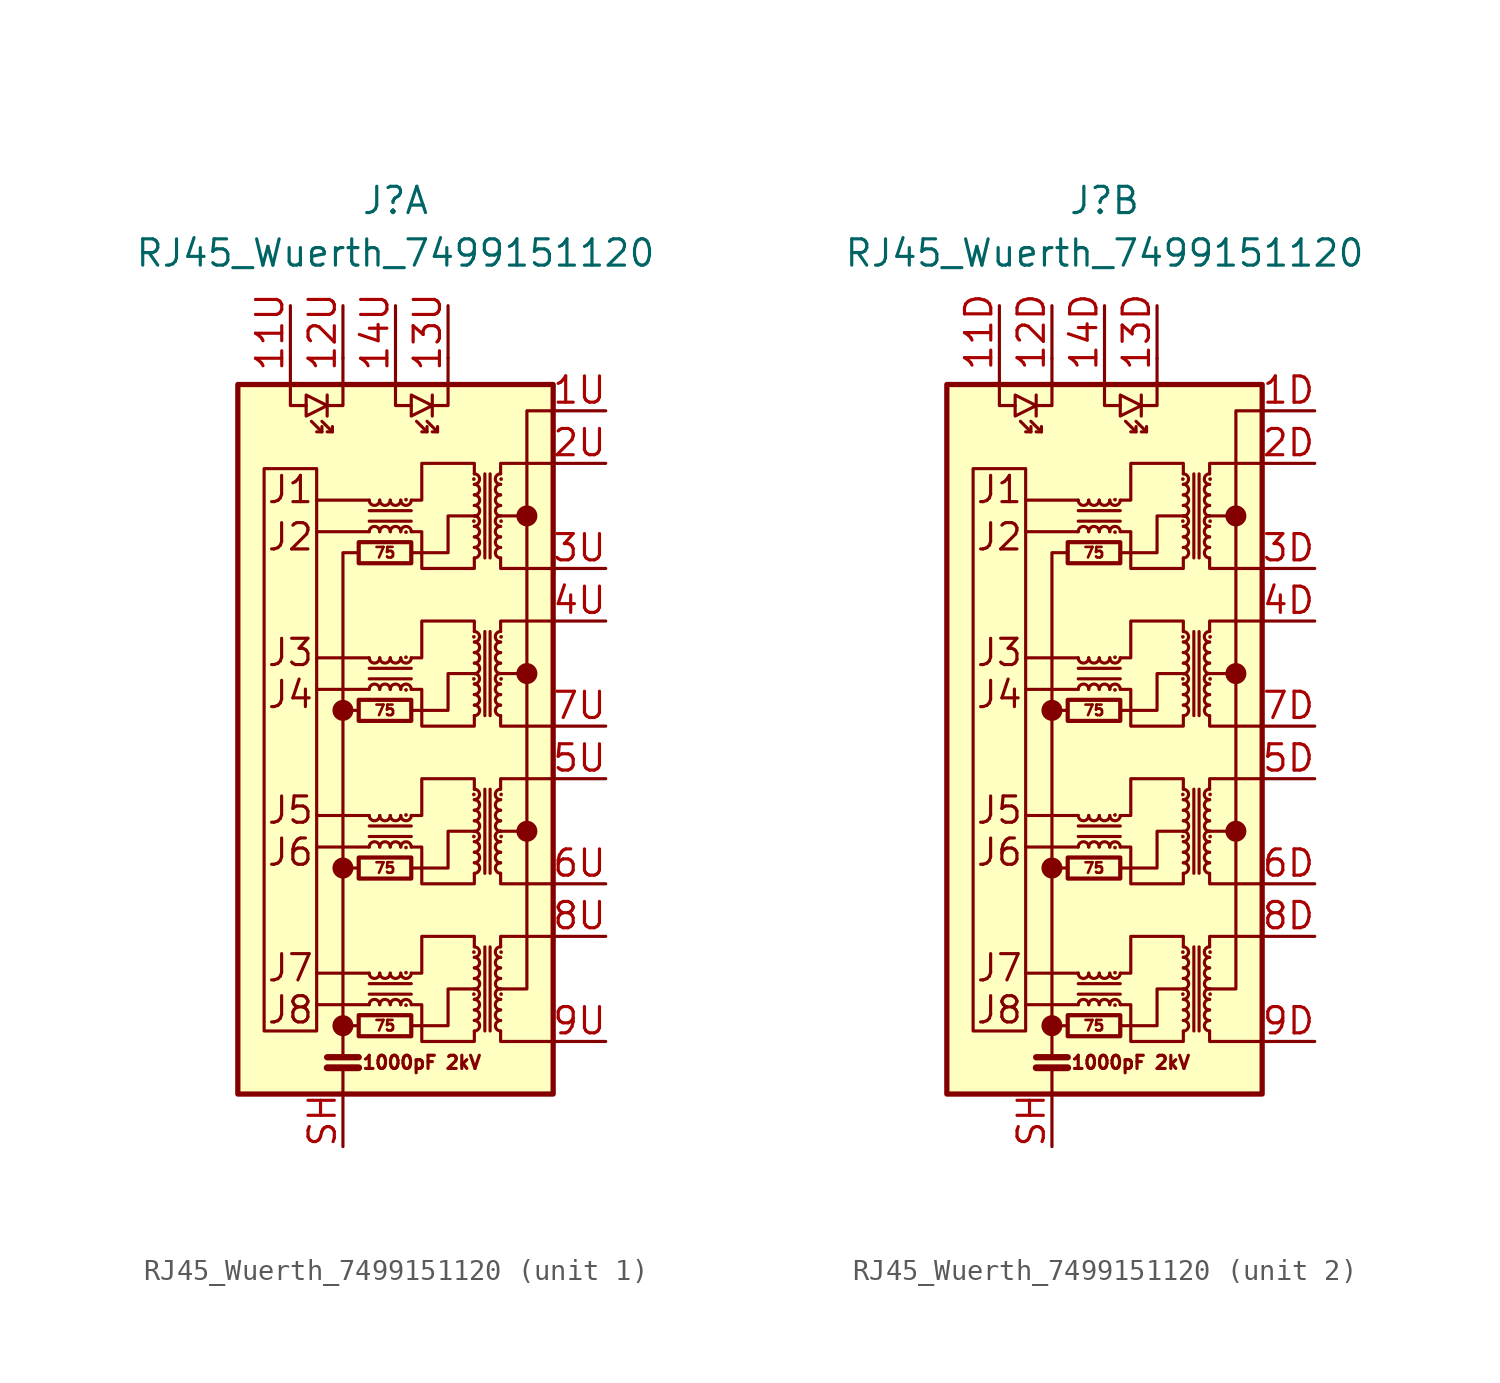
<source format=kicad_sym>
(kicad_symbol_lib
  (version 20220914)
  (generator kicad_symbol_editor)
  (symbol "RJ45_Wuerth_7499151120"
    (pin_names
      (offset 0.025) hide)
    (property "Reference" "J"
      (at 0 25.4 0)
      (effects (font (size 1.27 1.27))))
    (property "Value" "RJ45_Wuerth_7499151120"
      (at 0 22.86 0)
      (effects (font (size 1.27 1.27))))
    (property "ki_locked" ""
      (at 0 0 0)
      (effects (font (size 1.27 1.27))))
    (symbol "RJ45_Wuerth_7499151120_0_0"
      (circle (center -2.54 -14.478) (radius 0.0001) (stroke (width 0.508) (type default)) (fill (type none)))
      (circle (center -2.54 -6.858) (radius 0.0001) (stroke (width 0.508) (type default)) (fill (type none)))
      (circle (center -2.54 0.762) (radius 0.0001) (stroke (width 0.508) (type default)) (fill (type none)))
      (polyline (pts (xy -1.778 -14.478) (xy -2.54 -14.478)) (stroke (width 0) (type default)) (fill (type none)))
      (polyline (pts (xy -1.27 -13.462) (xy -3.81 -13.462)) (stroke (width 0) (type default)) (fill (type none)))
      (polyline (pts (xy -1.27 -11.938) (xy -3.81 -11.938)) (stroke (width 0) (type default)) (fill (type none)))
      (polyline (pts (xy -1.27 -5.842) (xy -3.81 -5.842)) (stroke (width 0) (type default)) (fill (type none)))
      (polyline (pts (xy -1.27 -4.318) (xy -3.81 -4.318)) (stroke (width 0) (type default)) (fill (type none)))
      (polyline (pts (xy -1.27 1.778) (xy -3.81 1.778)) (stroke (width 0) (type default)) (fill (type none)))
      (polyline (pts (xy -1.27 3.302) (xy -3.81 3.302)) (stroke (width 0) (type default)) (fill (type none)))
      (polyline (pts (xy -1.27 9.398) (xy -3.81 9.398)) (stroke (width 0) (type default)) (fill (type none)))
      (polyline (pts (xy -1.27 10.922) (xy -3.81 10.922)) (stroke (width 0) (type default)) (fill (type none)))
      (polyline (pts (xy 5.08 2.54) (xy 6.35 2.54)) (stroke (width 0) (type default)) (fill (type none)))
      (polyline (pts (xy 6.35 -5.08) (xy 5.08 -5.08)) (stroke (width 0) (type default)) (fill (type none)))
      (polyline (pts (xy 6.35 10.16) (xy 5.08 10.16)) (stroke (width 0) (type default)) (fill (type none)))
      (polyline (pts (xy 0.762 -14.478) (xy 2.54 -14.478) (xy 2.54 -12.7) (xy 3.81 -12.7)) (stroke (width 0) (type default)) (fill (type none)))
      (polyline (pts (xy 0.762 -6.858) (xy 2.54 -6.858) (xy 2.54 -5.08) (xy 3.81 -5.08)) (stroke (width 0) (type default)) (fill (type none)))
      (polyline (pts (xy 0.762 0.762) (xy 2.54 0.762) (xy 2.54 2.54) (xy 3.81 2.54)) (stroke (width 0) (type default)) (fill (type none)))
      (polyline (pts (xy 0.762 8.382) (xy 2.54 8.382) (xy 2.54 10.16) (xy 3.81 10.16)) (stroke (width 0) (type default)) (fill (type none)))
      (circle (center 6.35 -5.08) (radius 0.0001) (stroke (width 0.508) (type default)) (fill (type none)))
      (circle (center 6.35 2.54) (radius 0.0001) (stroke (width 0.508) (type default)) (fill (type none)))
      (circle (center 6.35 10.16) (radius 0.0001) (stroke (width 0.508) (type default)) (fill (type none)))
      (text "1000pF 2kV" (at 1.27 -16.256 0) (effects (font (size 0.635 0.635))))
      (text "75" (at -0.508 -14.478 0) (effects (font (size 0.508 0.508))))
      (text "75" (at -0.508 -6.858 0) (effects (font (size 0.508 0.508))))
      (text "75" (at -0.508 0.762 0) (effects (font (size 0.508 0.508))))
      (text "75" (at -0.508 8.382 0) (effects (font (size 0.508 0.508))))
      (text "J1" (at -5.08 11.43 0) (effects (font (size 1.27 1.27))))
      (text "J2" (at -5.08 9.144 0) (effects (font (size 1.27 1.27))))
      (text "J3" (at -5.08 3.556 0) (effects (font (size 1.27 1.27))))
      (text "J4" (at -5.08 1.524 0) (effects (font (size 1.27 1.27))))
      (text "J5" (at -5.08 -4.064 0) (effects (font (size 1.27 1.27))))
      (text "J6" (at -5.08 -6.096 0) (effects (font (size 1.27 1.27))))
      (text "J7" (at -5.08 -11.684 0) (effects (font (size 1.27 1.27))))
      (text "J8" (at -5.08 -13.716 0) (effects (font (size 1.27 1.27)))))
    (symbol "RJ45_Wuerth_7499151120_0_1"
      (rectangle (start -7.62 16.51) (end 7.62 -17.78) (stroke (width 0.254) (type default)) (fill (type background)))
      (rectangle (start -3.81 -14.732) (end -6.35 12.446) (stroke (width 0) (type default)) (fill (type none)))
      (rectangle (start -1.778 -14.986) (end 0.762 -13.97) (stroke (width 0.203) (type default)) (fill (type none)))
      (rectangle (start -1.778 -7.366) (end 0.762 -6.35) (stroke (width 0.203) (type default)) (fill (type none)))
      (rectangle (start -1.778 0.254) (end 0.762 1.27) (stroke (width 0.203) (type default)) (fill (type none)))
      (rectangle (start -1.778 7.874) (end 0.762 8.89) (stroke (width 0.203) (type default)) (fill (type none)))
      (arc (start -1.27 -11.938) (mid -1.016 -12.1909) (end -0.762 -11.938) (stroke (width 0) (type default)) (fill (type none)))
      (arc (start -1.27 -4.318) (mid -1.016 -4.5709) (end -0.762 -4.318) (stroke (width 0) (type default)) (fill (type none)))
      (arc (start -1.27 3.302) (mid -1.016 3.0491) (end -0.762 3.302) (stroke (width 0) (type default)) (fill (type none)))
      (arc (start -1.27 10.922) (mid -1.016 10.6691) (end -0.762 10.922) (stroke (width 0) (type default)) (fill (type none)))
      (arc (start -0.762 -13.462) (mid -1.016 -13.2091) (end -1.27 -13.462) (stroke (width 0) (type default)) (fill (type none)))
      (arc (start -0.762 -11.938) (mid -0.508 -12.1909) (end -0.254 -11.938) (stroke (width 0) (type default)) (fill (type none)))
      (arc (start -0.762 -5.842) (mid -1.016 -5.5891) (end -1.27 -5.842) (stroke (width 0) (type default)) (fill (type none)))
      (arc (start -0.762 -4.318) (mid -0.508 -4.5709) (end -0.254 -4.318) (stroke (width 0) (type default)) (fill (type none)))
      (arc (start -0.762 1.778) (mid -1.016 2.0309) (end -1.27 1.778) (stroke (width 0) (type default)) (fill (type none)))
      (arc (start -0.762 3.302) (mid -0.508 3.0491) (end -0.254 3.302) (stroke (width 0) (type default)) (fill (type none)))
      (arc (start -0.762 9.398) (mid -1.016 9.6509) (end -1.27 9.398) (stroke (width 0) (type default)) (fill (type none)))
      (arc (start -0.762 10.922) (mid -0.508 10.6691) (end -0.254 10.922) (stroke (width 0) (type default)) (fill (type none)))
      (arc (start -0.254 -13.462) (mid -0.508 -13.2091) (end -0.762 -13.462) (stroke (width 0) (type default)) (fill (type none)))
      (arc (start -0.254 -11.938) (mid 0 -12.1909) (end 0.254 -11.938) (stroke (width 0) (type default)) (fill (type none)))
      (arc (start -0.254 -5.842) (mid -0.508 -5.5891) (end -0.762 -5.842) (stroke (width 0) (type default)) (fill (type none)))
      (arc (start -0.254 -4.318) (mid 0 -4.5709) (end 0.254 -4.318) (stroke (width 0) (type default)) (fill (type none)))
      (arc (start -0.254 1.778) (mid -0.508 2.0309) (end -0.762 1.778) (stroke (width 0) (type default)) (fill (type none)))
      (arc (start -0.254 3.302) (mid 0 3.0491) (end 0.254 3.302) (stroke (width 0) (type default)) (fill (type none)))
      (arc (start -0.254 9.398) (mid -0.508 9.6509) (end -0.762 9.398) (stroke (width 0) (type default)) (fill (type none)))
      (arc (start -0.254 10.922) (mid 0 10.6691) (end 0.254 10.922) (stroke (width 0) (type default)) (fill (type none)))
      (polyline (pts (xy -3.556 14.224) (xy -4.064 14.732)) (stroke (width 0) (type default)) (fill (type none)))
      (polyline (pts (xy -3.302 -16.51) (xy -1.778 -16.51)) (stroke (width 0.33) (type default)) (fill (type none)))
      (polyline (pts (xy -3.302 -16.002) (xy -1.778 -16.002)) (stroke (width 0.305) (type default)) (fill (type none)))
      (polyline (pts (xy -3.302 16.002) (xy -3.302 14.986)) (stroke (width 0) (type default)) (fill (type none)))
      (polyline (pts (xy -3.048 14.224) (xy -3.556 14.732)) (stroke (width 0) (type default)) (fill (type none)))
      (polyline (pts (xy -2.54 -17.78) (xy -2.54 -16.51)) (stroke (width 0) (type default)) (fill (type none)))
      (polyline (pts (xy -2.54 0.762) (xy -1.778 0.762)) (stroke (width 0) (type default)) (fill (type none)))
      (polyline (pts (xy -1.778 -6.858) (xy -2.54 -6.858)) (stroke (width 0) (type default)) (fill (type none)))
      (polyline (pts (xy -1.27 -12.954) (xy 0.762 -12.954)) (stroke (width 0) (type default)) (fill (type none)))
      (polyline (pts (xy -1.27 -5.334) (xy 0.762 -5.334)) (stroke (width 0) (type default)) (fill (type none)))
      (polyline (pts (xy -1.27 2.286) (xy 0.762 2.286)) (stroke (width 0) (type default)) (fill (type none)))
      (polyline (pts (xy -1.27 9.906) (xy 0.762 9.906)) (stroke (width 0) (type default)) (fill (type none)))
      (polyline (pts (xy 0.762 -12.446) (xy -1.27 -12.446)) (stroke (width 0) (type default)) (fill (type none)))
      (polyline (pts (xy 0.762 -4.826) (xy -1.27 -4.826)) (stroke (width 0) (type default)) (fill (type none)))
      (polyline (pts (xy 0.762 2.794) (xy -1.27 2.794)) (stroke (width 0) (type default)) (fill (type none)))
      (polyline (pts (xy 0.762 10.414) (xy -1.27 10.414)) (stroke (width 0) (type default)) (fill (type none)))
      (polyline (pts (xy 1.524 14.224) (xy 1.016 14.732)) (stroke (width 0) (type default)) (fill (type none)))
      (polyline (pts (xy 1.778 16.002) (xy 1.778 14.986)) (stroke (width 0) (type default)) (fill (type none)))
      (polyline (pts (xy 2.032 14.224) (xy 1.524 14.732)) (stroke (width 0) (type default)) (fill (type none)))
      (polyline (pts (xy 4.318 -10.668) (xy 4.318 -14.732)) (stroke (width 0) (type default)) (fill (type none)))
      (polyline (pts (xy 4.318 -3.048) (xy 4.318 -7.112)) (stroke (width 0) (type default)) (fill (type none)))
      (polyline (pts (xy 4.318 4.572) (xy 4.318 0.508)) (stroke (width 0) (type default)) (fill (type none)))
      (polyline (pts (xy 4.318 12.192) (xy 4.318 8.128)) (stroke (width 0) (type default)) (fill (type none)))
      (polyline (pts (xy 4.572 -14.732) (xy 4.572 -10.668)) (stroke (width 0) (type default)) (fill (type none)))
      (polyline (pts (xy 4.572 -7.112) (xy 4.572 -3.048)) (stroke (width 0) (type default)) (fill (type none)))
      (polyline (pts (xy 4.572 0.508) (xy 4.572 4.572)) (stroke (width 0) (type default)) (fill (type none)))
      (polyline (pts (xy 4.572 8.128) (xy 4.572 12.192)) (stroke (width 0) (type default)) (fill (type none)))
      (polyline (pts (xy -5.08 17.78) (xy -5.08 15.494) (xy -4.318 15.494)) (stroke (width 0) (type default)) (fill (type none)))
      (polyline (pts (xy -3.556 14.478) (xy -3.556 14.224) (xy -3.81 14.224)) (stroke (width 0) (type default)) (fill (type none)))
      (polyline (pts (xy -3.048 14.478) (xy -3.048 14.224) (xy -3.302 14.224)) (stroke (width 0) (type default)) (fill (type none)))
      (polyline (pts (xy -2.54 -16.002) (xy -2.54 8.382) (xy -1.778 8.382)) (stroke (width 0) (type default)) (fill (type none)))
      (polyline (pts (xy -2.54 17.78) (xy -2.54 15.494) (xy -3.302 15.494)) (stroke (width 0) (type default)) (fill (type none)))
      (polyline (pts (xy 0 17.78) (xy 0 15.494) (xy 0.762 15.494)) (stroke (width 0) (type default)) (fill (type none)))
      (polyline (pts (xy 1.524 14.478) (xy 1.524 14.224) (xy 1.27 14.224)) (stroke (width 0) (type default)) (fill (type none)))
      (polyline (pts (xy 2.032 14.478) (xy 2.032 14.224) (xy 1.778 14.224)) (stroke (width 0) (type default)) (fill (type none)))
      (polyline (pts (xy 2.54 17.78) (xy 2.54 15.494) (xy 1.778 15.494)) (stroke (width 0) (type default)) (fill (type none)))
      (polyline (pts (xy 5.08 -14.732) (xy 5.08 -15.24) (xy 7.62 -15.24)) (stroke (width 0) (type default)) (fill (type none)))
      (polyline (pts (xy 5.08 -10.668) (xy 5.08 -10.16) (xy 7.62 -10.16)) (stroke (width 0) (type default)) (fill (type none)))
      (polyline (pts (xy 5.08 -7.112) (xy 5.08 -7.62) (xy 7.62 -7.62)) (stroke (width 0) (type default)) (fill (type none)))
      (polyline (pts (xy 5.08 -3.048) (xy 5.08 -2.54) (xy 7.62 -2.54)) (stroke (width 0) (type default)) (fill (type none)))
      (polyline (pts (xy 5.08 0.508) (xy 5.08 0) (xy 7.62 0)) (stroke (width 0) (type default)) (fill (type none)))
      (polyline (pts (xy 5.08 4.572) (xy 5.08 5.08) (xy 7.62 5.08)) (stroke (width 0) (type default)) (fill (type none)))
      (polyline (pts (xy 5.08 8.128) (xy 5.08 7.62) (xy 7.62 7.62)) (stroke (width 0) (type default)) (fill (type none)))
      (polyline (pts (xy 5.08 12.192) (xy 5.08 12.7) (xy 7.62 12.7)) (stroke (width 0) (type default)) (fill (type none)))
      (polyline (pts (xy -3.302 15.494) (xy -4.318 16.002) (xy -4.318 14.986) (xy -3.302 15.494)) (stroke (width 0) (type default)) (fill (type none)))
      (polyline (pts (xy 1.778 15.494) (xy 0.762 16.002) (xy 0.762 14.986) (xy 1.778 15.494)) (stroke (width 0) (type default)) (fill (type none)))
      (polyline (pts (xy 7.62 15.24) (xy 6.35 15.24) (xy 6.35 -12.7) (xy 5.08 -12.7)) (stroke (width 0) (type default)) (fill (type none)))
      (polyline (pts (xy 0.762 -11.938) (xy 1.27 -11.938) (xy 1.27 -10.16) (xy 3.81 -10.16) (xy 3.81 -10.668)) (stroke (width 0) (type default)) (fill (type none)))
      (polyline (pts (xy 0.762 -4.318) (xy 1.27 -4.318) (xy 1.27 -2.54) (xy 3.81 -2.54) (xy 3.81 -3.048)) (stroke (width 0) (type default)) (fill (type none)))
      (polyline (pts (xy 0.762 3.302) (xy 1.27 3.302) (xy 1.27 5.08) (xy 3.81 5.08) (xy 3.81 4.572)) (stroke (width 0) (type default)) (fill (type none)))
      (polyline (pts (xy 0.762 10.922) (xy 1.27 10.922) (xy 1.27 12.7) (xy 3.81 12.7) (xy 3.81 12.192)) (stroke (width 0) (type default)) (fill (type none)))
      (polyline (pts (xy 3.81 -14.732) (xy 3.81 -15.24) (xy 1.27 -15.24) (xy 1.27 -13.462) (xy 0.762 -13.462)) (stroke (width 0) (type default)) (fill (type none)))
      (polyline (pts (xy 3.81 -7.112) (xy 3.81 -7.62) (xy 1.27 -7.62) (xy 1.27 -5.842) (xy 0.762 -5.842)) (stroke (width 0) (type default)) (fill (type none)))
      (polyline (pts (xy 3.81 0.508) (xy 3.81 0) (xy 1.27 0) (xy 1.27 1.778) (xy 0.762 1.778)) (stroke (width 0) (type default)) (fill (type none)))
      (polyline (pts (xy 3.81 8.128) (xy 3.81 7.62) (xy 1.27 7.62) (xy 1.27 9.398) (xy 0.762 9.398)) (stroke (width 0) (type default)) (fill (type none)))
      (arc (start 0.254 -13.462) (mid 0 -13.2091) (end -0.254 -13.462) (stroke (width 0) (type default)) (fill (type none)))
      (arc (start 0.254 -11.938) (mid 0.508 -12.1909) (end 0.762 -11.938) (stroke (width 0) (type default)) (fill (type none)))
      (arc (start 0.254 -5.842) (mid 0 -5.5891) (end -0.254 -5.842) (stroke (width 0) (type default)) (fill (type none)))
      (arc (start 0.254 -4.318) (mid 0.508 -4.5709) (end 0.762 -4.318) (stroke (width 0) (type default)) (fill (type none)))
      (arc (start 0.254 1.778) (mid 0 2.0309) (end -0.254 1.778) (stroke (width 0) (type default)) (fill (type none)))
      (arc (start 0.254 3.302) (mid 0.508 3.0491) (end 0.762 3.302) (stroke (width 0) (type default)) (fill (type none)))
      (arc (start 0.254 9.398) (mid 0 9.6509) (end -0.254 9.398) (stroke (width 0) (type default)) (fill (type none)))
      (arc (start 0.254 10.922) (mid 0.508 10.6691) (end 0.762 10.922) (stroke (width 0) (type default)) (fill (type none)))
      (circle (center 0.508 -13.487) (radius 0.076) (stroke (width 0.025) (type default)) (fill (type outline)))
      (circle (center 0.508 -11.913) (radius 0.076) (stroke (width 0.025) (type default)) (fill (type outline)))
      (circle (center 0.508 -5.867) (radius 0.076) (stroke (width 0.025) (type default)) (fill (type outline)))
      (circle (center 0.508 -4.293) (radius 0.076) (stroke (width 0.025) (type default)) (fill (type outline)))
      (circle (center 0.508 1.753) (radius 0.076) (stroke (width 0.025) (type default)) (fill (type outline)))
      (circle (center 0.508 3.327) (radius 0.076) (stroke (width 0.025) (type default)) (fill (type outline)))
      (circle (center 0.508 9.373) (radius 0.076) (stroke (width 0.025) (type default)) (fill (type outline)))
      (circle (center 0.508 10.947) (radius 0.076) (stroke (width 0.025) (type default)) (fill (type outline)))
      (arc (start 0.762 -13.462) (mid 0.508 -13.2091) (end 0.254 -13.462) (stroke (width 0) (type default)) (fill (type none)))
      (arc (start 0.762 -5.842) (mid 0.508 -5.5891) (end 0.254 -5.842) (stroke (width 0) (type default)) (fill (type none)))
      (arc (start 0.762 1.778) (mid 0.508 2.0309) (end 0.254 1.778) (stroke (width 0) (type default)) (fill (type none)))
      (arc (start 0.762 9.398) (mid 0.508 9.6509) (end 0.254 9.398) (stroke (width 0) (type default)) (fill (type none)))
      (circle (center 3.785 -12.954) (radius 0.076) (stroke (width 0.025) (type default)) (fill (type outline)))
      (circle (center 3.785 -10.922) (radius 0.076) (stroke (width 0.025) (type default)) (fill (type outline)))
      (circle (center 3.785 -5.334) (radius 0.076) (stroke (width 0.025) (type default)) (fill (type outline)))
      (circle (center 3.785 -3.302) (radius 0.076) (stroke (width 0.025) (type default)) (fill (type outline)))
      (circle (center 3.785 2.286) (radius 0.076) (stroke (width 0.025) (type default)) (fill (type outline)))
      (circle (center 3.785 4.318) (radius 0.076) (stroke (width 0.025) (type default)) (fill (type outline)))
      (circle (center 3.785 9.906) (radius 0.076) (stroke (width 0.025) (type default)) (fill (type outline)))
      (circle (center 3.785 11.938) (radius 0.076) (stroke (width 0.025) (type default)) (fill (type outline)))
      (arc (start 3.81 -14.732) (mid 4.0629 -14.478) (end 3.81 -14.224) (stroke (width 0) (type default)) (fill (type none)))
      (arc (start 3.81 -14.224) (mid 4.0629 -13.97) (end 3.81 -13.716) (stroke (width 0) (type default)) (fill (type none)))
      (arc (start 3.81 -13.716) (mid 4.0629 -13.462) (end 3.81 -13.208) (stroke (width 0) (type default)) (fill (type none)))
      (arc (start 3.81 -13.208) (mid 4.0629 -12.954) (end 3.81 -12.7) (stroke (width 0) (type default)) (fill (type none)))
      (arc (start 3.81 -12.7) (mid 4.0629 -12.446) (end 3.81 -12.192) (stroke (width 0) (type default)) (fill (type none)))
      (arc (start 3.81 -12.192) (mid 4.0629 -11.938) (end 3.81 -11.684) (stroke (width 0) (type default)) (fill (type none)))
      (arc (start 3.81 -11.684) (mid 4.0629 -11.43) (end 3.81 -11.176) (stroke (width 0) (type default)) (fill (type none)))
      (arc (start 3.81 -11.176) (mid 4.0629 -10.922) (end 3.81 -10.668) (stroke (width 0) (type default)) (fill (type none)))
      (arc (start 3.81 -7.112) (mid 4.0629 -6.858) (end 3.81 -6.604) (stroke (width 0) (type default)) (fill (type none)))
      (arc (start 3.81 -6.604) (mid 4.0629 -6.35) (end 3.81 -6.096) (stroke (width 0) (type default)) (fill (type none)))
      (arc (start 3.81 -6.096) (mid 4.0629 -5.842) (end 3.81 -5.588) (stroke (width 0) (type default)) (fill (type none)))
      (arc (start 3.81 -5.588) (mid 4.0629 -5.334) (end 3.81 -5.08) (stroke (width 0) (type default)) (fill (type none)))
      (arc (start 3.81 -5.08) (mid 4.0629 -4.826) (end 3.81 -4.572) (stroke (width 0) (type default)) (fill (type none)))
      (arc (start 3.81 -4.572) (mid 4.0629 -4.318) (end 3.81 -4.064) (stroke (width 0) (type default)) (fill (type none)))
      (arc (start 3.81 -4.064) (mid 4.0629 -3.81) (end 3.81 -3.556) (stroke (width 0) (type default)) (fill (type none)))
      (arc (start 3.81 -3.556) (mid 4.0629 -3.302) (end 3.81 -3.048) (stroke (width 0) (type default)) (fill (type none)))
      (arc (start 3.81 0.508) (mid 4.0629 0.762) (end 3.81 1.016) (stroke (width 0) (type default)) (fill (type none)))
      (arc (start 3.81 1.016) (mid 4.0629 1.27) (end 3.81 1.524) (stroke (width 0) (type default)) (fill (type none)))
      (arc (start 3.81 1.524) (mid 4.0629 1.778) (end 3.81 2.032) (stroke (width 0) (type default)) (fill (type none)))
      (arc (start 3.81 2.032) (mid 4.0629 2.286) (end 3.81 2.54) (stroke (width 0) (type default)) (fill (type none)))
      (arc (start 3.81 2.54) (mid 4.0629 2.794) (end 3.81 3.048) (stroke (width 0) (type default)) (fill (type none)))
      (arc (start 3.81 3.048) (mid 4.0629 3.302) (end 3.81 3.556) (stroke (width 0) (type default)) (fill (type none)))
      (arc (start 3.81 3.556) (mid 4.0629 3.81) (end 3.81 4.064) (stroke (width 0) (type default)) (fill (type none)))
      (arc (start 3.81 4.064) (mid 4.0629 4.318) (end 3.81 4.572) (stroke (width 0) (type default)) (fill (type none)))
      (arc (start 3.81 8.128) (mid 4.0629 8.382) (end 3.81 8.636) (stroke (width 0) (type default)) (fill (type none)))
      (arc (start 3.81 8.636) (mid 4.0629 8.89) (end 3.81 9.144) (stroke (width 0) (type default)) (fill (type none)))
      (arc (start 3.81 9.144) (mid 4.0629 9.398) (end 3.81 9.652) (stroke (width 0) (type default)) (fill (type none)))
      (arc (start 3.81 9.652) (mid 4.0629 9.906) (end 3.81 10.16) (stroke (width 0) (type default)) (fill (type none)))
      (arc (start 3.81 10.16) (mid 4.0629 10.414) (end 3.81 10.668) (stroke (width 0) (type default)) (fill (type none)))
      (arc (start 3.81 10.668) (mid 4.0629 10.922) (end 3.81 11.176) (stroke (width 0) (type default)) (fill (type none)))
      (arc (start 3.81 11.176) (mid 4.0629 11.43) (end 3.81 11.684) (stroke (width 0) (type default)) (fill (type none)))
      (arc (start 3.81 11.684) (mid 4.0629 11.938) (end 3.81 12.192) (stroke (width 0) (type default)) (fill (type none)))
      (arc (start 5.08 -14.224) (mid 4.8271 -14.478) (end 5.08 -14.732) (stroke (width 0) (type default)) (fill (type none)))
      (arc (start 5.08 -13.716) (mid 4.8271 -13.97) (end 5.08 -14.224) (stroke (width 0) (type default)) (fill (type none)))
      (arc (start 5.08 -13.208) (mid 4.8271 -13.462) (end 5.08 -13.716) (stroke (width 0) (type default)) (fill (type none)))
      (arc (start 5.08 -12.7) (mid 4.8271 -12.954) (end 5.08 -13.208) (stroke (width 0) (type default)) (fill (type none)))
      (arc (start 5.08 -12.192) (mid 4.8271 -12.446) (end 5.08 -12.7) (stroke (width 0) (type default)) (fill (type none)))
      (arc (start 5.08 -11.684) (mid 4.8271 -11.938) (end 5.08 -12.192) (stroke (width 0) (type default)) (fill (type none)))
      (arc (start 5.08 -11.176) (mid 4.8271 -11.43) (end 5.08 -11.684) (stroke (width 0) (type default)) (fill (type none)))
      (arc (start 5.08 -10.668) (mid 4.8271 -10.922) (end 5.08 -11.176) (stroke (width 0) (type default)) (fill (type none)))
      (arc (start 5.08 -6.604) (mid 4.8271 -6.858) (end 5.08 -7.112) (stroke (width 0) (type default)) (fill (type none)))
      (arc (start 5.08 -6.096) (mid 4.8271 -6.35) (end 5.08 -6.604) (stroke (width 0) (type default)) (fill (type none)))
      (arc (start 5.08 -5.588) (mid 4.8271 -5.842) (end 5.08 -6.096) (stroke (width 0) (type default)) (fill (type none)))
      (arc (start 5.08 -5.08) (mid 4.8271 -5.334) (end 5.08 -5.588) (stroke (width 0) (type default)) (fill (type none)))
      (arc (start 5.08 -4.572) (mid 4.8271 -4.826) (end 5.08 -5.08) (stroke (width 0) (type default)) (fill (type none)))
      (arc (start 5.08 -4.064) (mid 4.8271 -4.318) (end 5.08 -4.572) (stroke (width 0) (type default)) (fill (type none)))
      (arc (start 5.08 -3.556) (mid 4.8271 -3.81) (end 5.08 -4.064) (stroke (width 0) (type default)) (fill (type none)))
      (arc (start 5.08 -3.048) (mid 4.8271 -3.302) (end 5.08 -3.556) (stroke (width 0) (type default)) (fill (type none)))
      (arc (start 5.08 1.016) (mid 4.8271 0.762) (end 5.08 0.508) (stroke (width 0) (type default)) (fill (type none)))
      (arc (start 5.08 1.524) (mid 4.8271 1.27) (end 5.08 1.016) (stroke (width 0) (type default)) (fill (type none)))
      (arc (start 5.08 2.032) (mid 4.8271 1.778) (end 5.08 1.524) (stroke (width 0) (type default)) (fill (type none)))
      (arc (start 5.08 2.54) (mid 4.8271 2.286) (end 5.08 2.032) (stroke (width 0) (type default)) (fill (type none)))
      (arc (start 5.08 3.048) (mid 4.8271 2.794) (end 5.08 2.54) (stroke (width 0) (type default)) (fill (type none)))
      (arc (start 5.08 3.556) (mid 4.8271 3.302) (end 5.08 3.048) (stroke (width 0) (type default)) (fill (type none)))
      (arc (start 5.08 4.064) (mid 4.8271 3.81) (end 5.08 3.556) (stroke (width 0) (type default)) (fill (type none)))
      (arc (start 5.08 4.572) (mid 4.8271 4.318) (end 5.08 4.064) (stroke (width 0) (type default)) (fill (type none)))
      (arc (start 5.08 8.636) (mid 4.8271 8.382) (end 5.08 8.128) (stroke (width 0) (type default)) (fill (type none)))
      (arc (start 5.08 9.144) (mid 4.8271 8.89) (end 5.08 8.636) (stroke (width 0) (type default)) (fill (type none)))
      (arc (start 5.08 9.652) (mid 4.8271 9.398) (end 5.08 9.144) (stroke (width 0) (type default)) (fill (type none)))
      (arc (start 5.08 10.16) (mid 4.8271 9.906) (end 5.08 9.652) (stroke (width 0) (type default)) (fill (type none)))
      (arc (start 5.08 10.668) (mid 4.8271 10.414) (end 5.08 10.16) (stroke (width 0) (type default)) (fill (type none)))
      (arc (start 5.08 11.176) (mid 4.8271 10.922) (end 5.08 10.668) (stroke (width 0) (type default)) (fill (type none)))
      (arc (start 5.08 11.684) (mid 4.8271 11.43) (end 5.08 11.176) (stroke (width 0) (type default)) (fill (type none)))
      (arc (start 5.08 12.192) (mid 4.8271 11.938) (end 5.08 11.684) (stroke (width 0) (type default)) (fill (type none)))
      (circle (center 5.105 -12.954) (radius 0.076) (stroke (width 0.025) (type default)) (fill (type outline)))
      (circle (center 5.105 -10.922) (radius 0.076) (stroke (width 0.025) (type default)) (fill (type outline)))
      (circle (center 5.105 -5.334) (radius 0.076) (stroke (width 0.025) (type default)) (fill (type outline)))
      (circle (center 5.105 -3.302) (radius 0.076) (stroke (width 0.025) (type default)) (fill (type outline)))
      (circle (center 5.105 2.286) (radius 0.076) (stroke (width 0.025) (type default)) (fill (type outline)))
      (circle (center 5.105 4.318) (radius 0.076) (stroke (width 0.025) (type default)) (fill (type outline)))
      (circle (center 5.105 9.906) (radius 0.076) (stroke (width 0.025) (type default)) (fill (type outline)))
      (circle (center 5.105 11.938) (radius 0.076) (stroke (width 0.025) (type default)) (fill (type outline)))
      (pin power_in line (at -2.54 -20.32 90) (length 2.54) (name "~" (effects (font (size 1.27 1.27)))) (number "SH" (effects (font (size 1.27 1.27))))))
    (symbol "RJ45_Wuerth_7499151120_1_1"
      (pin no_connect line (at 0 -17.78 90) (length 2.54) hide (name "~" (effects (font (size 1.27 1.27)))) (number "10U" (effects (font (size 1.27 1.27)))))
      (pin passive line (at -5.08 20.32 270) (length 2.54) (name "~" (effects (font (size 1.27 1.27)))) (number "11U" (effects (font (size 1.27 1.27)))))
      (pin passive line (at -2.54 20.32 270) (length 2.54) (name "~" (effects (font (size 1.27 1.27)))) (number "12U" (effects (font (size 1.27 1.27)))))
      (pin passive line (at 2.54 20.32 270) (length 2.54) (name "~" (effects (font (size 1.27 1.27)))) (number "13U" (effects (font (size 1.27 1.27)))))
      (pin passive line (at 0 20.32 270) (length 2.54) (name "~" (effects (font (size 1.27 1.27)))) (number "14U" (effects (font (size 1.27 1.27)))))
      (pin passive line (at 10.16 15.24 180) (length 2.54) (name "~" (effects (font (size 1.27 1.27)))) (number "1U" (effects (font (size 1.27 1.27)))))
      (pin passive line (at 10.16 12.7 180) (length 2.54) (name "~" (effects (font (size 1.27 1.27)))) (number "2U" (effects (font (size 1.27 1.27)))))
      (pin passive line (at 10.16 7.62 180) (length 2.54) (name "~" (effects (font (size 1.27 1.27)))) (number "3U" (effects (font (size 1.27 1.27)))))
      (pin passive line (at 10.16 5.08 180) (length 2.54) (name "~" (effects (font (size 1.27 1.27)))) (number "4U" (effects (font (size 1.27 1.27)))))
      (pin passive line (at 10.16 -2.54 180) (length 2.54) (name "~" (effects (font (size 1.27 1.27)))) (number "5U" (effects (font (size 1.27 1.27)))))
      (pin passive line (at 10.16 -7.62 180) (length 2.54) (name "~" (effects (font (size 1.27 1.27)))) (number "6U" (effects (font (size 1.27 1.27)))))
      (pin passive line (at 10.16 0 180) (length 2.54) (name "~" (effects (font (size 1.27 1.27)))) (number "7U" (effects (font (size 1.27 1.27)))))
      (pin passive line (at 10.16 -10.16 180) (length 2.54) (name "~" (effects (font (size 1.27 1.27)))) (number "8U" (effects (font (size 1.27 1.27)))))
      (pin passive line (at 10.16 -15.24 180) (length 2.54) (name "~" (effects (font (size 1.27 1.27)))) (number "9U" (effects (font (size 1.27 1.27))))))
    (symbol "RJ45_Wuerth_7499151120_2_1"
      (pin no_connect line (at 0 -17.78 90) (length 2.54) hide (name "~" (effects (font (size 1.27 1.27)))) (number "10D" (effects (font (size 1.27 1.27)))))
      (pin passive line (at -5.08 20.32 270) (length 2.54) (name "~" (effects (font (size 1.27 1.27)))) (number "11D" (effects (font (size 1.27 1.27)))))
      (pin passive line (at -2.54 20.32 270) (length 2.54) (name "~" (effects (font (size 1.27 1.27)))) (number "12D" (effects (font (size 1.27 1.27)))))
      (pin passive line (at 2.54 20.32 270) (length 2.54) (name "~" (effects (font (size 1.27 1.27)))) (number "13D" (effects (font (size 1.27 1.27)))))
      (pin passive line (at 0 20.32 270) (length 2.54) (name "~" (effects (font (size 1.27 1.27)))) (number "14D" (effects (font (size 1.27 1.27)))))
      (pin passive line (at 10.16 15.24 180) (length 2.54) (name "~" (effects (font (size 1.27 1.27)))) (number "1D" (effects (font (size 1.27 1.27)))))
      (pin passive line (at 10.16 12.7 180) (length 2.54) (name "~" (effects (font (size 1.27 1.27)))) (number "2D" (effects (font (size 1.27 1.27)))))
      (pin passive line (at 10.16 7.62 180) (length 2.54) (name "~" (effects (font (size 1.27 1.27)))) (number "3D" (effects (font (size 1.27 1.27)))))
      (pin passive line (at 10.16 5.08 180) (length 2.54) (name "~" (effects (font (size 1.27 1.27)))) (number "4D" (effects (font (size 1.27 1.27)))))
      (pin passive line (at 10.16 -2.54 180) (length 2.54) (name "~" (effects (font (size 1.27 1.27)))) (number "5D" (effects (font (size 1.27 1.27)))))
      (pin passive line (at 10.16 -7.62 180) (length 2.54) (name "~" (effects (font (size 1.27 1.27)))) (number "6D" (effects (font (size 1.27 1.27)))))
      (pin passive line (at 10.16 0 180) (length 2.54) (name "~" (effects (font (size 1.27 1.27)))) (number "7D" (effects (font (size 1.27 1.27)))))
      (pin passive line (at 10.16 -10.16 180) (length 2.54) (name "~" (effects (font (size 1.27 1.27)))) (number "8D" (effects (font (size 1.27 1.27)))))
      (pin passive line (at 10.16 -15.24 180) (length 2.54) (name "~" (effects (font (size 1.27 1.27)))) (number "9D" (effects (font (size 1.27 1.27))))))))
</source>
